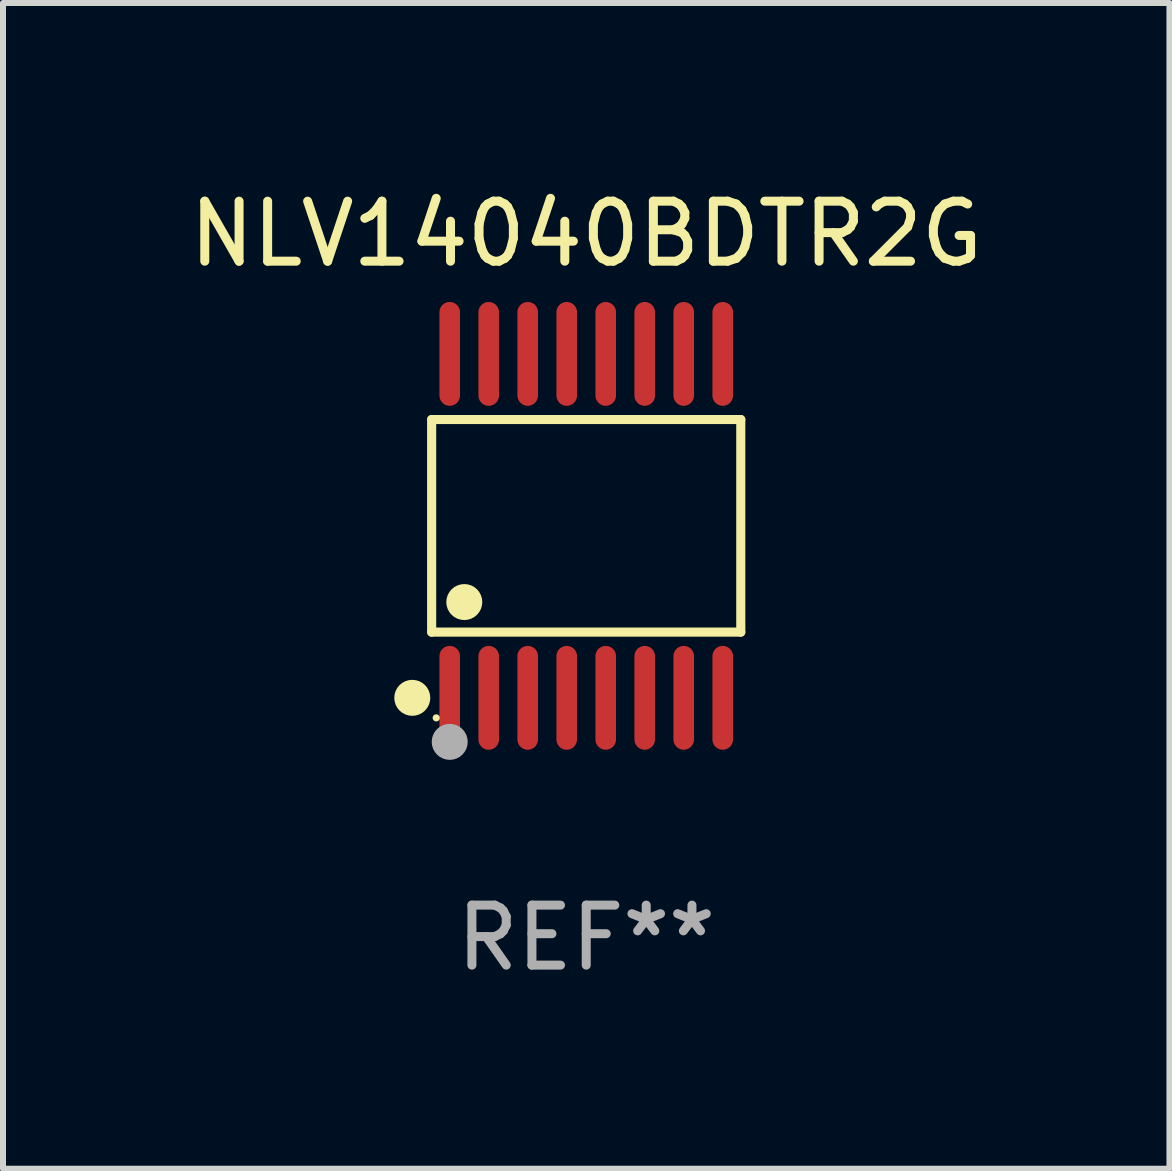
<source format=kicad_pcb>
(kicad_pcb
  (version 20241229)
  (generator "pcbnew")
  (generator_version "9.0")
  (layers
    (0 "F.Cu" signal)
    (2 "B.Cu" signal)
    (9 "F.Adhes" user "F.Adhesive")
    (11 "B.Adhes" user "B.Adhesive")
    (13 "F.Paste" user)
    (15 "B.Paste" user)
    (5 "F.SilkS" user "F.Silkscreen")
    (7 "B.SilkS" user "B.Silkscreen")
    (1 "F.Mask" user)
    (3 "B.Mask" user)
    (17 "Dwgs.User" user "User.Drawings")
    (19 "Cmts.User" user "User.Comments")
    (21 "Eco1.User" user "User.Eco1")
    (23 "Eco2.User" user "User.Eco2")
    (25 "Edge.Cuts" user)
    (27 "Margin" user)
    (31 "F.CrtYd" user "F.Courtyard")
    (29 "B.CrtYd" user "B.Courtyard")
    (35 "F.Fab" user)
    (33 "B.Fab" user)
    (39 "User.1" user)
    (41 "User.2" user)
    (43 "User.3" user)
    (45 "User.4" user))
  (footprint "NLV14040BDTR2G"
    (layer "F.Cu")
    (at 6.72 5.714)
    (property "Reference" "NLV14040BDTR2G" (at 0 -4.866 0) (layer "F.SilkS") (effects (font (size 1 1) (thickness 0.15))))
    (attr through_hole)
    (fp_line (start -2.576 -1.772) (end 2.576 -1.772) (stroke (width 0.152) (type solid)) (layer "F.SilkS"))
    (fp_line (start -2.576 1.771) (end -2.576 -1.772) (stroke (width 0.152) (type solid)) (layer "F.SilkS"))
    (fp_line (start 2.576 -1.772) (end 2.576 1.771) (stroke (width 0.152) (type solid)) (layer "F.SilkS"))
    (fp_line (start 2.576 1.771) (end -2.576 1.771) (stroke (width 0.152) (type solid)) (layer "F.SilkS"))
    (fp_circle (center -2.899 2.866) (end -2.749 2.866) (stroke (width 0.3) (type solid)) (fill no) (layer "F.SilkS"))
    (fp_circle (center -2.5 3.2) (end -2.47 3.2) (stroke (width 0.06) (type solid)) (fill no) (layer "F.SilkS"))
    (fp_circle (center -2.032 1.27) (end -1.882 1.27) (stroke (width 0.3) (type solid)) (fill no) (layer "F.SilkS"))
    (fp_circle (center -2.275 3.6) (end -2.125 3.6) (stroke (width 0.3) (type solid)) (fill no) (layer "F.Fab"))
    (fp_text user "REF**" (at 0 6.866 0) (layer "F.Fab") (effects (font (size 1 1) (thickness 0.15))))
    (pad "1" smd oval (at -2.275 2.866) (size 0.343 1.731) (layers "F.Cu" "F.Mask" "F.Paste"))
    (pad "2" smd oval (at -1.625 2.866) (size 0.343 1.731) (layers "F.Cu" "F.Mask" "F.Paste"))
    (pad "3" smd oval (at -0.975 2.866) (size 0.343 1.731) (layers "F.Cu" "F.Mask" "F.Paste"))
    (pad "4" smd oval (at -0.325 2.866) (size 0.343 1.731) (layers "F.Cu" "F.Mask" "F.Paste"))
    (pad "5" smd oval (at 0.325 2.866) (size 0.343 1.731) (layers "F.Cu" "F.Mask" "F.Paste"))
    (pad "6" smd oval (at 0.975 2.866) (size 0.343 1.731) (layers "F.Cu" "F.Mask" "F.Paste"))
    (pad "7" smd oval (at 1.625 2.866) (size 0.343 1.731) (layers "F.Cu" "F.Mask" "F.Paste"))
    (pad "8" smd oval (at 2.275 2.866) (size 0.343 1.731) (layers "F.Cu" "F.Mask" "F.Paste"))
    (pad "9" smd oval (at 2.275 -2.866) (size 0.343 1.731) (layers "F.Cu" "F.Mask" "F.Paste"))
    (pad "10" smd oval (at 1.625 -2.866) (size 0.343 1.731) (layers "F.Cu" "F.Mask" "F.Paste"))
    (pad "11" smd oval (at 0.975 -2.866) (size 0.343 1.731) (layers "F.Cu" "F.Mask" "F.Paste"))
    (pad "12" smd oval (at 0.325 -2.866) (size 0.343 1.731) (layers "F.Cu" "F.Mask" "F.Paste"))
    (pad "13" smd oval (at -0.325 -2.866) (size 0.343 1.731) (layers "F.Cu" "F.Mask" "F.Paste"))
    (pad "14" smd oval (at -0.975 -2.866) (size 0.343 1.731) (layers "F.Cu" "F.Mask" "F.Paste"))
    (pad "15" smd oval (at -1.625 -2.866) (size 0.343 1.731) (layers "F.Cu" "F.Mask" "F.Paste"))
    (pad "16" smd oval (at -2.275 -2.866) (size 0.343 1.731) (layers "F.Cu" "F.Mask" "F.Paste")))
  (gr_rect
    (start -3 -3)
    (end 16.44 16.428)
    (stroke (width 0.1) (type default))
    (fill no)
    (layer "Edge.Cuts")))
</source>
